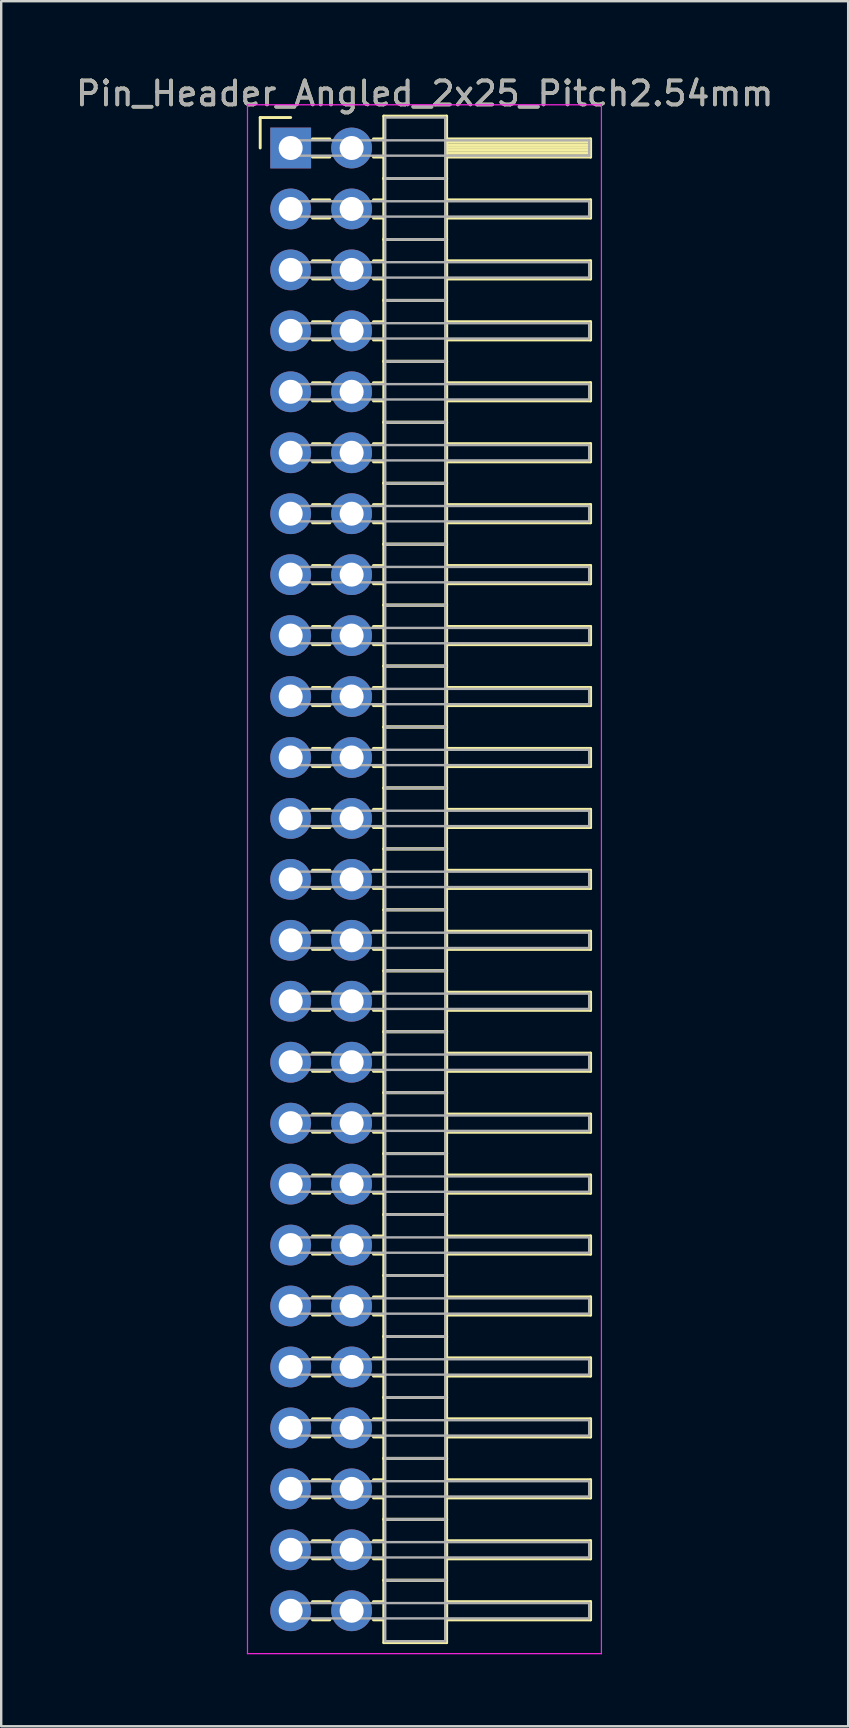
<source format=kicad_pcb>
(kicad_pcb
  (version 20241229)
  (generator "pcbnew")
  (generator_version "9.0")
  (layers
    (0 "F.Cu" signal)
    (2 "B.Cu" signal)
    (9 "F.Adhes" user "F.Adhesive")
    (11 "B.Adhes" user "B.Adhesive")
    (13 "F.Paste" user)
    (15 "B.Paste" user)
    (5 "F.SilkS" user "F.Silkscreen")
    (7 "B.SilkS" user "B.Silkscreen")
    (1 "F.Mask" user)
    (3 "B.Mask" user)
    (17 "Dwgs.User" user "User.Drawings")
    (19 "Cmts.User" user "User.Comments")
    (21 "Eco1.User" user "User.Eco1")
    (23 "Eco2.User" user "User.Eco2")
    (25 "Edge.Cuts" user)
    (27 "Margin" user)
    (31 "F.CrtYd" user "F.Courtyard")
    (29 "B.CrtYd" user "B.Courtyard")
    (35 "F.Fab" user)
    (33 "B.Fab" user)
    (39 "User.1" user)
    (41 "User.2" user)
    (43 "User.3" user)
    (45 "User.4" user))
  (footprint "Pin_Header_Angled_2x25_Pitch2.54mm"
    (layer "F.Cu")
    (at 9.064 3.118)
    (property "Reference" "Pin_Header_Angled_2x25_Pitch2.54mm" (at 5.585 -2.27 0) (layer "F.SilkS") (effects (font (size 1 1) (thickness 0.15))))
    (attr through_hole)
    (fp_line (start -1.27 -1.27) (end 0 -1.27) (stroke (width 0.12) (type solid)) (layer "F.SilkS"))
    (fp_line (start -1.27 0) (end -1.27 -1.27) (stroke (width 0.12) (type solid)) (layer "F.SilkS"))
    (fp_line (start 0.91 -0.38) (end 1.63 -0.38) (stroke (width 0.12) (type solid)) (layer "F.SilkS"))
    (fp_line (start 0.91 0.38) (end 1.63 0.38) (stroke (width 0.12) (type solid)) (layer "F.SilkS"))
    (fp_line (start 0.91 2.16) (end 1.63 2.16) (stroke (width 0.12) (type solid)) (layer "F.SilkS"))
    (fp_line (start 0.91 2.92) (end 1.63 2.92) (stroke (width 0.12) (type solid)) (layer "F.SilkS"))
    (fp_line (start 0.91 4.7) (end 1.63 4.7) (stroke (width 0.12) (type solid)) (layer "F.SilkS"))
    (fp_line (start 0.91 5.46) (end 1.63 5.46) (stroke (width 0.12) (type solid)) (layer "F.SilkS"))
    (fp_line (start 0.91 7.24) (end 1.63 7.24) (stroke (width 0.12) (type solid)) (layer "F.SilkS"))
    (fp_line (start 0.91 8) (end 1.63 8) (stroke (width 0.12) (type solid)) (layer "F.SilkS"))
    (fp_line (start 0.91 9.78) (end 1.63 9.78) (stroke (width 0.12) (type solid)) (layer "F.SilkS"))
    (fp_line (start 0.91 10.54) (end 1.63 10.54) (stroke (width 0.12) (type solid)) (layer "F.SilkS"))
    (fp_line (start 0.91 12.32) (end 1.63 12.32) (stroke (width 0.12) (type solid)) (layer "F.SilkS"))
    (fp_line (start 0.91 13.08) (end 1.63 13.08) (stroke (width 0.12) (type solid)) (layer "F.SilkS"))
    (fp_line (start 0.91 14.86) (end 1.63 14.86) (stroke (width 0.12) (type solid)) (layer "F.SilkS"))
    (fp_line (start 0.91 15.62) (end 1.63 15.62) (stroke (width 0.12) (type solid)) (layer "F.SilkS"))
    (fp_line (start 0.91 17.4) (end 1.63 17.4) (stroke (width 0.12) (type solid)) (layer "F.SilkS"))
    (fp_line (start 0.91 18.16) (end 1.63 18.16) (stroke (width 0.12) (type solid)) (layer "F.SilkS"))
    (fp_line (start 0.91 19.94) (end 1.63 19.94) (stroke (width 0.12) (type solid)) (layer "F.SilkS"))
    (fp_line (start 0.91 20.7) (end 1.63 20.7) (stroke (width 0.12) (type solid)) (layer "F.SilkS"))
    (fp_line (start 0.91 22.48) (end 1.63 22.48) (stroke (width 0.12) (type solid)) (layer "F.SilkS"))
    (fp_line (start 0.91 23.24) (end 1.63 23.24) (stroke (width 0.12) (type solid)) (layer "F.SilkS"))
    (fp_line (start 0.91 25.02) (end 1.63 25.02) (stroke (width 0.12) (type solid)) (layer "F.SilkS"))
    (fp_line (start 0.91 25.78) (end 1.63 25.78) (stroke (width 0.12) (type solid)) (layer "F.SilkS"))
    (fp_line (start 0.91 27.56) (end 1.63 27.56) (stroke (width 0.12) (type solid)) (layer "F.SilkS"))
    (fp_line (start 0.91 28.32) (end 1.63 28.32) (stroke (width 0.12) (type solid)) (layer "F.SilkS"))
    (fp_line (start 0.91 30.1) (end 1.63 30.1) (stroke (width 0.12) (type solid)) (layer "F.SilkS"))
    (fp_line (start 0.91 30.86) (end 1.63 30.86) (stroke (width 0.12) (type solid)) (layer "F.SilkS"))
    (fp_line (start 0.91 32.64) (end 1.63 32.64) (stroke (width 0.12) (type solid)) (layer "F.SilkS"))
    (fp_line (start 0.91 33.4) (end 1.63 33.4) (stroke (width 0.12) (type solid)) (layer "F.SilkS"))
    (fp_line (start 0.91 35.18) (end 1.63 35.18) (stroke (width 0.12) (type solid)) (layer "F.SilkS"))
    (fp_line (start 0.91 35.94) (end 1.63 35.94) (stroke (width 0.12) (type solid)) (layer "F.SilkS"))
    (fp_line (start 0.91 37.72) (end 1.63 37.72) (stroke (width 0.12) (type solid)) (layer "F.SilkS"))
    (fp_line (start 0.91 38.48) (end 1.63 38.48) (stroke (width 0.12) (type solid)) (layer "F.SilkS"))
    (fp_line (start 0.91 40.26) (end 1.63 40.26) (stroke (width 0.12) (type solid)) (layer "F.SilkS"))
    (fp_line (start 0.91 41.02) (end 1.63 41.02) (stroke (width 0.12) (type solid)) (layer "F.SilkS"))
    (fp_line (start 0.91 42.8) (end 1.63 42.8) (stroke (width 0.12) (type solid)) (layer "F.SilkS"))
    (fp_line (start 0.91 43.56) (end 1.63 43.56) (stroke (width 0.12) (type solid)) (layer "F.SilkS"))
    (fp_line (start 0.91 45.34) (end 1.63 45.34) (stroke (width 0.12) (type solid)) (layer "F.SilkS"))
    (fp_line (start 0.91 46.1) (end 1.63 46.1) (stroke (width 0.12) (type solid)) (layer "F.SilkS"))
    (fp_line (start 0.91 47.88) (end 1.63 47.88) (stroke (width 0.12) (type solid)) (layer "F.SilkS"))
    (fp_line (start 0.91 48.64) (end 1.63 48.64) (stroke (width 0.12) (type solid)) (layer "F.SilkS"))
    (fp_line (start 0.91 50.42) (end 1.63 50.42) (stroke (width 0.12) (type solid)) (layer "F.SilkS"))
    (fp_line (start 0.91 51.18) (end 1.63 51.18) (stroke (width 0.12) (type solid)) (layer "F.SilkS"))
    (fp_line (start 0.91 52.96) (end 1.63 52.96) (stroke (width 0.12) (type solid)) (layer "F.SilkS"))
    (fp_line (start 0.91 53.72) (end 1.63 53.72) (stroke (width 0.12) (type solid)) (layer "F.SilkS"))
    (fp_line (start 0.91 55.5) (end 1.63 55.5) (stroke (width 0.12) (type solid)) (layer "F.SilkS"))
    (fp_line (start 0.91 56.26) (end 1.63 56.26) (stroke (width 0.12) (type solid)) (layer "F.SilkS"))
    (fp_line (start 0.91 58.04) (end 1.63 58.04) (stroke (width 0.12) (type solid)) (layer "F.SilkS"))
    (fp_line (start 0.91 58.8) (end 1.63 58.8) (stroke (width 0.12) (type solid)) (layer "F.SilkS"))
    (fp_line (start 0.91 60.58) (end 1.63 60.58) (stroke (width 0.12) (type solid)) (layer "F.SilkS"))
    (fp_line (start 0.91 61.34) (end 1.63 61.34) (stroke (width 0.12) (type solid)) (layer "F.SilkS"))
    (fp_line (start 3.45 -0.38) (end 3.88 -0.38) (stroke (width 0.12) (type solid)) (layer "F.SilkS"))
    (fp_line (start 3.45 0.38) (end 3.88 0.38) (stroke (width 0.12) (type solid)) (layer "F.SilkS"))
    (fp_line (start 3.45 2.16) (end 3.88 2.16) (stroke (width 0.12) (type solid)) (layer "F.SilkS"))
    (fp_line (start 3.45 2.92) (end 3.88 2.92) (stroke (width 0.12) (type solid)) (layer "F.SilkS"))
    (fp_line (start 3.45 4.7) (end 3.88 4.7) (stroke (width 0.12) (type solid)) (layer "F.SilkS"))
    (fp_line (start 3.45 5.46) (end 3.88 5.46) (stroke (width 0.12) (type solid)) (layer "F.SilkS"))
    (fp_line (start 3.45 7.24) (end 3.88 7.24) (stroke (width 0.12) (type solid)) (layer "F.SilkS"))
    (fp_line (start 3.45 8) (end 3.88 8) (stroke (width 0.12) (type solid)) (layer "F.SilkS"))
    (fp_line (start 3.45 9.78) (end 3.88 9.78) (stroke (width 0.12) (type solid)) (layer "F.SilkS"))
    (fp_line (start 3.45 10.54) (end 3.88 10.54) (stroke (width 0.12) (type solid)) (layer "F.SilkS"))
    (fp_line (start 3.45 12.32) (end 3.88 12.32) (stroke (width 0.12) (type solid)) (layer "F.SilkS"))
    (fp_line (start 3.45 13.08) (end 3.88 13.08) (stroke (width 0.12) (type solid)) (layer "F.SilkS"))
    (fp_line (start 3.45 14.86) (end 3.88 14.86) (stroke (width 0.12) (type solid)) (layer "F.SilkS"))
    (fp_line (start 3.45 15.62) (end 3.88 15.62) (stroke (width 0.12) (type solid)) (layer "F.SilkS"))
    (fp_line (start 3.45 17.4) (end 3.88 17.4) (stroke (width 0.12) (type solid)) (layer "F.SilkS"))
    (fp_line (start 3.45 18.16) (end 3.88 18.16) (stroke (width 0.12) (type solid)) (layer "F.SilkS"))
    (fp_line (start 3.45 19.94) (end 3.88 19.94) (stroke (width 0.12) (type solid)) (layer "F.SilkS"))
    (fp_line (start 3.45 20.7) (end 3.88 20.7) (stroke (width 0.12) (type solid)) (layer "F.SilkS"))
    (fp_line (start 3.45 22.48) (end 3.88 22.48) (stroke (width 0.12) (type solid)) (layer "F.SilkS"))
    (fp_line (start 3.45 23.24) (end 3.88 23.24) (stroke (width 0.12) (type solid)) (layer "F.SilkS"))
    (fp_line (start 3.45 25.02) (end 3.88 25.02) (stroke (width 0.12) (type solid)) (layer "F.SilkS"))
    (fp_line (start 3.45 25.78) (end 3.88 25.78) (stroke (width 0.12) (type solid)) (layer "F.SilkS"))
    (fp_line (start 3.45 27.56) (end 3.88 27.56) (stroke (width 0.12) (type solid)) (layer "F.SilkS"))
    (fp_line (start 3.45 28.32) (end 3.88 28.32) (stroke (width 0.12) (type solid)) (layer "F.SilkS"))
    (fp_line (start 3.45 30.1) (end 3.88 30.1) (stroke (width 0.12) (type solid)) (layer "F.SilkS"))
    (fp_line (start 3.45 30.86) (end 3.88 30.86) (stroke (width 0.12) (type solid)) (layer "F.SilkS"))
    (fp_line (start 3.45 32.64) (end 3.88 32.64) (stroke (width 0.12) (type solid)) (layer "F.SilkS"))
    (fp_line (start 3.45 33.4) (end 3.88 33.4) (stroke (width 0.12) (type solid)) (layer "F.SilkS"))
    (fp_line (start 3.45 35.18) (end 3.88 35.18) (stroke (width 0.12) (type solid)) (layer "F.SilkS"))
    (fp_line (start 3.45 35.94) (end 3.88 35.94) (stroke (width 0.12) (type solid)) (layer "F.SilkS"))
    (fp_line (start 3.45 37.72) (end 3.88 37.72) (stroke (width 0.12) (type solid)) (layer "F.SilkS"))
    (fp_line (start 3.45 38.48) (end 3.88 38.48) (stroke (width 0.12) (type solid)) (layer "F.SilkS"))
    (fp_line (start 3.45 40.26) (end 3.88 40.26) (stroke (width 0.12) (type solid)) (layer "F.SilkS"))
    (fp_line (start 3.45 41.02) (end 3.88 41.02) (stroke (width 0.12) (type solid)) (layer "F.SilkS"))
    (fp_line (start 3.45 42.8) (end 3.88 42.8) (stroke (width 0.12) (type solid)) (layer "F.SilkS"))
    (fp_line (start 3.45 43.56) (end 3.88 43.56) (stroke (width 0.12) (type solid)) (layer "F.SilkS"))
    (fp_line (start 3.45 45.34) (end 3.88 45.34) (stroke (width 0.12) (type solid)) (layer "F.SilkS"))
    (fp_line (start 3.45 46.1) (end 3.88 46.1) (stroke (width 0.12) (type solid)) (layer "F.SilkS"))
    (fp_line (start 3.45 47.88) (end 3.88 47.88) (stroke (width 0.12) (type solid)) (layer "F.SilkS"))
    (fp_line (start 3.45 48.64) (end 3.88 48.64) (stroke (width 0.12) (type solid)) (layer "F.SilkS"))
    (fp_line (start 3.45 50.42) (end 3.88 50.42) (stroke (width 0.12) (type solid)) (layer "F.SilkS"))
    (fp_line (start 3.45 51.18) (end 3.88 51.18) (stroke (width 0.12) (type solid)) (layer "F.SilkS"))
    (fp_line (start 3.45 52.96) (end 3.88 52.96) (stroke (width 0.12) (type solid)) (layer "F.SilkS"))
    (fp_line (start 3.45 53.72) (end 3.88 53.72) (stroke (width 0.12) (type solid)) (layer "F.SilkS"))
    (fp_line (start 3.45 55.5) (end 3.88 55.5) (stroke (width 0.12) (type solid)) (layer "F.SilkS"))
    (fp_line (start 3.45 56.26) (end 3.88 56.26) (stroke (width 0.12) (type solid)) (layer "F.SilkS"))
    (fp_line (start 3.45 58.04) (end 3.88 58.04) (stroke (width 0.12) (type solid)) (layer "F.SilkS"))
    (fp_line (start 3.45 58.8) (end 3.88 58.8) (stroke (width 0.12) (type solid)) (layer "F.SilkS"))
    (fp_line (start 3.45 60.58) (end 3.88 60.58) (stroke (width 0.12) (type solid)) (layer "F.SilkS"))
    (fp_line (start 3.45 61.34) (end 3.88 61.34) (stroke (width 0.12) (type solid)) (layer "F.SilkS"))
    (fp_line (start 3.88 -1.33) (end 3.88 1.27) (stroke (width 0.12) (type solid)) (layer "F.SilkS"))
    (fp_line (start 3.88 1.27) (end 3.88 3.81) (stroke (width 0.12) (type solid)) (layer "F.SilkS"))
    (fp_line (start 3.88 1.27) (end 6.5 1.27) (stroke (width 0.12) (type solid)) (layer "F.SilkS"))
    (fp_line (start 3.88 3.81) (end 3.88 6.35) (stroke (width 0.12) (type solid)) (layer "F.SilkS"))
    (fp_line (start 3.88 3.81) (end 6.5 3.81) (stroke (width 0.12) (type solid)) (layer "F.SilkS"))
    (fp_line (start 3.88 6.35) (end 3.88 8.89) (stroke (width 0.12) (type solid)) (layer "F.SilkS"))
    (fp_line (start 3.88 6.35) (end 6.5 6.35) (stroke (width 0.12) (type solid)) (layer "F.SilkS"))
    (fp_line (start 3.88 8.89) (end 3.88 11.43) (stroke (width 0.12) (type solid)) (layer "F.SilkS"))
    (fp_line (start 3.88 8.89) (end 6.5 8.89) (stroke (width 0.12) (type solid)) (layer "F.SilkS"))
    (fp_line (start 3.88 11.43) (end 3.88 13.97) (stroke (width 0.12) (type solid)) (layer "F.SilkS"))
    (fp_line (start 3.88 11.43) (end 6.5 11.43) (stroke (width 0.12) (type solid)) (layer "F.SilkS"))
    (fp_line (start 3.88 13.97) (end 3.88 16.51) (stroke (width 0.12) (type solid)) (layer "F.SilkS"))
    (fp_line (start 3.88 13.97) (end 6.5 13.97) (stroke (width 0.12) (type solid)) (layer "F.SilkS"))
    (fp_line (start 3.88 16.51) (end 3.88 19.05) (stroke (width 0.12) (type solid)) (layer "F.SilkS"))
    (fp_line (start 3.88 16.51) (end 6.5 16.51) (stroke (width 0.12) (type solid)) (layer "F.SilkS"))
    (fp_line (start 3.88 19.05) (end 3.88 21.59) (stroke (width 0.12) (type solid)) (layer "F.SilkS"))
    (fp_line (start 3.88 19.05) (end 6.5 19.05) (stroke (width 0.12) (type solid)) (layer "F.SilkS"))
    (fp_line (start 3.88 21.59) (end 3.88 24.13) (stroke (width 0.12) (type solid)) (layer "F.SilkS"))
    (fp_line (start 3.88 21.59) (end 6.5 21.59) (stroke (width 0.12) (type solid)) (layer "F.SilkS"))
    (fp_line (start 3.88 24.13) (end 3.88 26.67) (stroke (width 0.12) (type solid)) (layer "F.SilkS"))
    (fp_line (start 3.88 24.13) (end 6.5 24.13) (stroke (width 0.12) (type solid)) (layer "F.SilkS"))
    (fp_line (start 3.88 26.67) (end 3.88 29.21) (stroke (width 0.12) (type solid)) (layer "F.SilkS"))
    (fp_line (start 3.88 26.67) (end 6.5 26.67) (stroke (width 0.12) (type solid)) (layer "F.SilkS"))
    (fp_line (start 3.88 29.21) (end 3.88 31.75) (stroke (width 0.12) (type solid)) (layer "F.SilkS"))
    (fp_line (start 3.88 29.21) (end 6.5 29.21) (stroke (width 0.12) (type solid)) (layer "F.SilkS"))
    (fp_line (start 3.88 31.75) (end 3.88 34.29) (stroke (width 0.12) (type solid)) (layer "F.SilkS"))
    (fp_line (start 3.88 31.75) (end 6.5 31.75) (stroke (width 0.12) (type solid)) (layer "F.SilkS"))
    (fp_line (start 3.88 34.29) (end 3.88 36.83) (stroke (width 0.12) (type solid)) (layer "F.SilkS"))
    (fp_line (start 3.88 34.29) (end 6.5 34.29) (stroke (width 0.12) (type solid)) (layer "F.SilkS"))
    (fp_line (start 3.88 36.83) (end 3.88 39.37) (stroke (width 0.12) (type solid)) (layer "F.SilkS"))
    (fp_line (start 3.88 36.83) (end 6.5 36.83) (stroke (width 0.12) (type solid)) (layer "F.SilkS"))
    (fp_line (start 3.88 39.37) (end 3.88 41.91) (stroke (width 0.12) (type solid)) (layer "F.SilkS"))
    (fp_line (start 3.88 39.37) (end 6.5 39.37) (stroke (width 0.12) (type solid)) (layer "F.SilkS"))
    (fp_line (start 3.88 41.91) (end 3.88 44.45) (stroke (width 0.12) (type solid)) (layer "F.SilkS"))
    (fp_line (start 3.88 41.91) (end 6.5 41.91) (stroke (width 0.12) (type solid)) (layer "F.SilkS"))
    (fp_line (start 3.88 44.45) (end 3.88 46.99) (stroke (width 0.12) (type solid)) (layer "F.SilkS"))
    (fp_line (start 3.88 44.45) (end 6.5 44.45) (stroke (width 0.12) (type solid)) (layer "F.SilkS"))
    (fp_line (start 3.88 46.99) (end 3.88 49.53) (stroke (width 0.12) (type solid)) (layer "F.SilkS"))
    (fp_line (start 3.88 46.99) (end 6.5 46.99) (stroke (width 0.12) (type solid)) (layer "F.SilkS"))
    (fp_line (start 3.88 49.53) (end 3.88 52.07) (stroke (width 0.12) (type solid)) (layer "F.SilkS"))
    (fp_line (start 3.88 49.53) (end 6.5 49.53) (stroke (width 0.12) (type solid)) (layer "F.SilkS"))
    (fp_line (start 3.88 52.07) (end 3.88 54.61) (stroke (width 0.12) (type solid)) (layer "F.SilkS"))
    (fp_line (start 3.88 52.07) (end 6.5 52.07) (stroke (width 0.12) (type solid)) (layer "F.SilkS"))
    (fp_line (start 3.88 54.61) (end 3.88 57.15) (stroke (width 0.12) (type solid)) (layer "F.SilkS"))
    (fp_line (start 3.88 54.61) (end 6.5 54.61) (stroke (width 0.12) (type solid)) (layer "F.SilkS"))
    (fp_line (start 3.88 57.15) (end 3.88 59.69) (stroke (width 0.12) (type solid)) (layer "F.SilkS"))
    (fp_line (start 3.88 57.15) (end 6.5 57.15) (stroke (width 0.12) (type solid)) (layer "F.SilkS"))
    (fp_line (start 3.88 59.69) (end 3.88 62.29) (stroke (width 0.12) (type solid)) (layer "F.SilkS"))
    (fp_line (start 3.88 59.69) (end 6.5 59.69) (stroke (width 0.12) (type solid)) (layer "F.SilkS"))
    (fp_line (start 3.88 62.29) (end 6.5 62.29) (stroke (width 0.12) (type solid)) (layer "F.SilkS"))
    (fp_line (start 6.5 -1.33) (end 3.88 -1.33) (stroke (width 0.12) (type solid)) (layer "F.SilkS"))
    (fp_line (start 6.5 -0.38) (end 6.5 0.38) (stroke (width 0.12) (type solid)) (layer "F.SilkS"))
    (fp_line (start 6.5 -0.26) (end 12.5 -0.26) (stroke (width 0.12) (type solid)) (layer "F.SilkS"))
    (fp_line (start 6.5 -0.14) (end 12.5 -0.14) (stroke (width 0.12) (type solid)) (layer "F.SilkS"))
    (fp_line (start 6.5 -0.02) (end 12.5 -0.02) (stroke (width 0.12) (type solid)) (layer "F.SilkS"))
    (fp_line (start 6.5 0.1) (end 12.5 0.1) (stroke (width 0.12) (type solid)) (layer "F.SilkS"))
    (fp_line (start 6.5 0.22) (end 12.5 0.22) (stroke (width 0.12) (type solid)) (layer "F.SilkS"))
    (fp_line (start 6.5 0.34) (end 12.5 0.34) (stroke (width 0.12) (type solid)) (layer "F.SilkS"))
    (fp_line (start 6.5 0.38) (end 12.5 0.38) (stroke (width 0.12) (type solid)) (layer "F.SilkS"))
    (fp_line (start 6.5 1.27) (end 3.88 1.27) (stroke (width 0.12) (type solid)) (layer "F.SilkS"))
    (fp_line (start 6.5 1.27) (end 6.5 -1.33) (stroke (width 0.12) (type solid)) (layer "F.SilkS"))
    (fp_line (start 6.5 2.16) (end 6.5 2.92) (stroke (width 0.12) (type solid)) (layer "F.SilkS"))
    (fp_line (start 6.5 2.92) (end 12.5 2.92) (stroke (width 0.12) (type solid)) (layer "F.SilkS"))
    (fp_line (start 6.5 3.81) (end 3.88 3.81) (stroke (width 0.12) (type solid)) (layer "F.SilkS"))
    (fp_line (start 6.5 3.81) (end 6.5 1.27) (stroke (width 0.12) (type solid)) (layer "F.SilkS"))
    (fp_line (start 6.5 4.7) (end 6.5 5.46) (stroke (width 0.12) (type solid)) (layer "F.SilkS"))
    (fp_line (start 6.5 5.46) (end 12.5 5.46) (stroke (width 0.12) (type solid)) (layer "F.SilkS"))
    (fp_line (start 6.5 6.35) (end 3.88 6.35) (stroke (width 0.12) (type solid)) (layer "F.SilkS"))
    (fp_line (start 6.5 6.35) (end 6.5 3.81) (stroke (width 0.12) (type solid)) (layer "F.SilkS"))
    (fp_line (start 6.5 7.24) (end 6.5 8) (stroke (width 0.12) (type solid)) (layer "F.SilkS"))
    (fp_line (start 6.5 8) (end 12.5 8) (stroke (width 0.12) (type solid)) (layer "F.SilkS"))
    (fp_line (start 6.5 8.89) (end 3.88 8.89) (stroke (width 0.12) (type solid)) (layer "F.SilkS"))
    (fp_line (start 6.5 8.89) (end 6.5 6.35) (stroke (width 0.12) (type solid)) (layer "F.SilkS"))
    (fp_line (start 6.5 9.78) (end 6.5 10.54) (stroke (width 0.12) (type solid)) (layer "F.SilkS"))
    (fp_line (start 6.5 10.54) (end 12.5 10.54) (stroke (width 0.12) (type solid)) (layer "F.SilkS"))
    (fp_line (start 6.5 11.43) (end 3.88 11.43) (stroke (width 0.12) (type solid)) (layer "F.SilkS"))
    (fp_line (start 6.5 11.43) (end 6.5 8.89) (stroke (width 0.12) (type solid)) (layer "F.SilkS"))
    (fp_line (start 6.5 12.32) (end 6.5 13.08) (stroke (width 0.12) (type solid)) (layer "F.SilkS"))
    (fp_line (start 6.5 13.08) (end 12.5 13.08) (stroke (width 0.12) (type solid)) (layer "F.SilkS"))
    (fp_line (start 6.5 13.97) (end 3.88 13.97) (stroke (width 0.12) (type solid)) (layer "F.SilkS"))
    (fp_line (start 6.5 13.97) (end 6.5 11.43) (stroke (width 0.12) (type solid)) (layer "F.SilkS"))
    (fp_line (start 6.5 14.86) (end 6.5 15.62) (stroke (width 0.12) (type solid)) (layer "F.SilkS"))
    (fp_line (start 6.5 15.62) (end 12.5 15.62) (stroke (width 0.12) (type solid)) (layer "F.SilkS"))
    (fp_line (start 6.5 16.51) (end 3.88 16.51) (stroke (width 0.12) (type solid)) (layer "F.SilkS"))
    (fp_line (start 6.5 16.51) (end 6.5 13.97) (stroke (width 0.12) (type solid)) (layer "F.SilkS"))
    (fp_line (start 6.5 17.4) (end 6.5 18.16) (stroke (width 0.12) (type solid)) (layer "F.SilkS"))
    (fp_line (start 6.5 18.16) (end 12.5 18.16) (stroke (width 0.12) (type solid)) (layer "F.SilkS"))
    (fp_line (start 6.5 19.05) (end 3.88 19.05) (stroke (width 0.12) (type solid)) (layer "F.SilkS"))
    (fp_line (start 6.5 19.05) (end 6.5 16.51) (stroke (width 0.12) (type solid)) (layer "F.SilkS"))
    (fp_line (start 6.5 19.94) (end 6.5 20.7) (stroke (width 0.12) (type solid)) (layer "F.SilkS"))
    (fp_line (start 6.5 20.7) (end 12.5 20.7) (stroke (width 0.12) (type solid)) (layer "F.SilkS"))
    (fp_line (start 6.5 21.59) (end 3.88 21.59) (stroke (width 0.12) (type solid)) (layer "F.SilkS"))
    (fp_line (start 6.5 21.59) (end 6.5 19.05) (stroke (width 0.12) (type solid)) (layer "F.SilkS"))
    (fp_line (start 6.5 22.48) (end 6.5 23.24) (stroke (width 0.12) (type solid)) (layer "F.SilkS"))
    (fp_line (start 6.5 23.24) (end 12.5 23.24) (stroke (width 0.12) (type solid)) (layer "F.SilkS"))
    (fp_line (start 6.5 24.13) (end 3.88 24.13) (stroke (width 0.12) (type solid)) (layer "F.SilkS"))
    (fp_line (start 6.5 24.13) (end 6.5 21.59) (stroke (width 0.12) (type solid)) (layer "F.SilkS"))
    (fp_line (start 6.5 25.02) (end 6.5 25.78) (stroke (width 0.12) (type solid)) (layer "F.SilkS"))
    (fp_line (start 6.5 25.78) (end 12.5 25.78) (stroke (width 0.12) (type solid)) (layer "F.SilkS"))
    (fp_line (start 6.5 26.67) (end 3.88 26.67) (stroke (width 0.12) (type solid)) (layer "F.SilkS"))
    (fp_line (start 6.5 26.67) (end 6.5 24.13) (stroke (width 0.12) (type solid)) (layer "F.SilkS"))
    (fp_line (start 6.5 27.56) (end 6.5 28.32) (stroke (width 0.12) (type solid)) (layer "F.SilkS"))
    (fp_line (start 6.5 28.32) (end 12.5 28.32) (stroke (width 0.12) (type solid)) (layer "F.SilkS"))
    (fp_line (start 6.5 29.21) (end 3.88 29.21) (stroke (width 0.12) (type solid)) (layer "F.SilkS"))
    (fp_line (start 6.5 29.21) (end 6.5 26.67) (stroke (width 0.12) (type solid)) (layer "F.SilkS"))
    (fp_line (start 6.5 30.1) (end 6.5 30.86) (stroke (width 0.12) (type solid)) (layer "F.SilkS"))
    (fp_line (start 6.5 30.86) (end 12.5 30.86) (stroke (width 0.12) (type solid)) (layer "F.SilkS"))
    (fp_line (start 6.5 31.75) (end 3.88 31.75) (stroke (width 0.12) (type solid)) (layer "F.SilkS"))
    (fp_line (start 6.5 31.75) (end 6.5 29.21) (stroke (width 0.12) (type solid)) (layer "F.SilkS"))
    (fp_line (start 6.5 32.64) (end 6.5 33.4) (stroke (width 0.12) (type solid)) (layer "F.SilkS"))
    (fp_line (start 6.5 33.4) (end 12.5 33.4) (stroke (width 0.12) (type solid)) (layer "F.SilkS"))
    (fp_line (start 6.5 34.29) (end 3.88 34.29) (stroke (width 0.12) (type solid)) (layer "F.SilkS"))
    (fp_line (start 6.5 34.29) (end 6.5 31.75) (stroke (width 0.12) (type solid)) (layer "F.SilkS"))
    (fp_line (start 6.5 35.18) (end 6.5 35.94) (stroke (width 0.12) (type solid)) (layer "F.SilkS"))
    (fp_line (start 6.5 35.94) (end 12.5 35.94) (stroke (width 0.12) (type solid)) (layer "F.SilkS"))
    (fp_line (start 6.5 36.83) (end 3.88 36.83) (stroke (width 0.12) (type solid)) (layer "F.SilkS"))
    (fp_line (start 6.5 36.83) (end 6.5 34.29) (stroke (width 0.12) (type solid)) (layer "F.SilkS"))
    (fp_line (start 6.5 37.72) (end 6.5 38.48) (stroke (width 0.12) (type solid)) (layer "F.SilkS"))
    (fp_line (start 6.5 38.48) (end 12.5 38.48) (stroke (width 0.12) (type solid)) (layer "F.SilkS"))
    (fp_line (start 6.5 39.37) (end 3.88 39.37) (stroke (width 0.12) (type solid)) (layer "F.SilkS"))
    (fp_line (start 6.5 39.37) (end 6.5 36.83) (stroke (width 0.12) (type solid)) (layer "F.SilkS"))
    (fp_line (start 6.5 40.26) (end 6.5 41.02) (stroke (width 0.12) (type solid)) (layer "F.SilkS"))
    (fp_line (start 6.5 41.02) (end 12.5 41.02) (stroke (width 0.12) (type solid)) (layer "F.SilkS"))
    (fp_line (start 6.5 41.91) (end 3.88 41.91) (stroke (width 0.12) (type solid)) (layer "F.SilkS"))
    (fp_line (start 6.5 41.91) (end 6.5 39.37) (stroke (width 0.12) (type solid)) (layer "F.SilkS"))
    (fp_line (start 6.5 42.8) (end 6.5 43.56) (stroke (width 0.12) (type solid)) (layer "F.SilkS"))
    (fp_line (start 6.5 43.56) (end 12.5 43.56) (stroke (width 0.12) (type solid)) (layer "F.SilkS"))
    (fp_line (start 6.5 44.45) (end 3.88 44.45) (stroke (width 0.12) (type solid)) (layer "F.SilkS"))
    (fp_line (start 6.5 44.45) (end 6.5 41.91) (stroke (width 0.12) (type solid)) (layer "F.SilkS"))
    (fp_line (start 6.5 45.34) (end 6.5 46.1) (stroke (width 0.12) (type solid)) (layer "F.SilkS"))
    (fp_line (start 6.5 46.1) (end 12.5 46.1) (stroke (width 0.12) (type solid)) (layer "F.SilkS"))
    (fp_line (start 6.5 46.99) (end 3.88 46.99) (stroke (width 0.12) (type solid)) (layer "F.SilkS"))
    (fp_line (start 6.5 46.99) (end 6.5 44.45) (stroke (width 0.12) (type solid)) (layer "F.SilkS"))
    (fp_line (start 6.5 47.88) (end 6.5 48.64) (stroke (width 0.12) (type solid)) (layer "F.SilkS"))
    (fp_line (start 6.5 48.64) (end 12.5 48.64) (stroke (width 0.12) (type solid)) (layer "F.SilkS"))
    (fp_line (start 6.5 49.53) (end 3.88 49.53) (stroke (width 0.12) (type solid)) (layer "F.SilkS"))
    (fp_line (start 6.5 49.53) (end 6.5 46.99) (stroke (width 0.12) (type solid)) (layer "F.SilkS"))
    (fp_line (start 6.5 50.42) (end 6.5 51.18) (stroke (width 0.12) (type solid)) (layer "F.SilkS"))
    (fp_line (start 6.5 51.18) (end 12.5 51.18) (stroke (width 0.12) (type solid)) (layer "F.SilkS"))
    (fp_line (start 6.5 52.07) (end 3.88 52.07) (stroke (width 0.12) (type solid)) (layer "F.SilkS"))
    (fp_line (start 6.5 52.07) (end 6.5 49.53) (stroke (width 0.12) (type solid)) (layer "F.SilkS"))
    (fp_line (start 6.5 52.96) (end 6.5 53.72) (stroke (width 0.12) (type solid)) (layer "F.SilkS"))
    (fp_line (start 6.5 53.72) (end 12.5 53.72) (stroke (width 0.12) (type solid)) (layer "F.SilkS"))
    (fp_line (start 6.5 54.61) (end 3.88 54.61) (stroke (width 0.12) (type solid)) (layer "F.SilkS"))
    (fp_line (start 6.5 54.61) (end 6.5 52.07) (stroke (width 0.12) (type solid)) (layer "F.SilkS"))
    (fp_line (start 6.5 55.5) (end 6.5 56.26) (stroke (width 0.12) (type solid)) (layer "F.SilkS"))
    (fp_line (start 6.5 56.26) (end 12.5 56.26) (stroke (width 0.12) (type solid)) (layer "F.SilkS"))
    (fp_line (start 6.5 57.15) (end 3.88 57.15) (stroke (width 0.12) (type solid)) (layer "F.SilkS"))
    (fp_line (start 6.5 57.15) (end 6.5 54.61) (stroke (width 0.12) (type solid)) (layer "F.SilkS"))
    (fp_line (start 6.5 58.04) (end 6.5 58.8) (stroke (width 0.12) (type solid)) (layer "F.SilkS"))
    (fp_line (start 6.5 58.8) (end 12.5 58.8) (stroke (width 0.12) (type solid)) (layer "F.SilkS"))
    (fp_line (start 6.5 59.69) (end 3.88 59.69) (stroke (width 0.12) (type solid)) (layer "F.SilkS"))
    (fp_line (start 6.5 59.69) (end 6.5 57.15) (stroke (width 0.12) (type solid)) (layer "F.SilkS"))
    (fp_line (start 6.5 60.58) (end 6.5 61.34) (stroke (width 0.12) (type solid)) (layer "F.SilkS"))
    (fp_line (start 6.5 61.34) (end 12.5 61.34) (stroke (width 0.12) (type solid)) (layer "F.SilkS"))
    (fp_line (start 6.5 62.29) (end 6.5 59.69) (stroke (width 0.12) (type solid)) (layer "F.SilkS"))
    (fp_line (start 12.5 -0.38) (end 6.5 -0.38) (stroke (width 0.12) (type solid)) (layer "F.SilkS"))
    (fp_line (start 12.5 0.38) (end 12.5 -0.38) (stroke (width 0.12) (type solid)) (layer "F.SilkS"))
    (fp_line (start 12.5 2.16) (end 6.5 2.16) (stroke (width 0.12) (type solid)) (layer "F.SilkS"))
    (fp_line (start 12.5 2.92) (end 12.5 2.16) (stroke (width 0.12) (type solid)) (layer "F.SilkS"))
    (fp_line (start 12.5 4.7) (end 6.5 4.7) (stroke (width 0.12) (type solid)) (layer "F.SilkS"))
    (fp_line (start 12.5 5.46) (end 12.5 4.7) (stroke (width 0.12) (type solid)) (layer "F.SilkS"))
    (fp_line (start 12.5 7.24) (end 6.5 7.24) (stroke (width 0.12) (type solid)) (layer "F.SilkS"))
    (fp_line (start 12.5 8) (end 12.5 7.24) (stroke (width 0.12) (type solid)) (layer "F.SilkS"))
    (fp_line (start 12.5 9.78) (end 6.5 9.78) (stroke (width 0.12) (type solid)) (layer "F.SilkS"))
    (fp_line (start 12.5 10.54) (end 12.5 9.78) (stroke (width 0.12) (type solid)) (layer "F.SilkS"))
    (fp_line (start 12.5 12.32) (end 6.5 12.32) (stroke (width 0.12) (type solid)) (layer "F.SilkS"))
    (fp_line (start 12.5 13.08) (end 12.5 12.32) (stroke (width 0.12) (type solid)) (layer "F.SilkS"))
    (fp_line (start 12.5 14.86) (end 6.5 14.86) (stroke (width 0.12) (type solid)) (layer "F.SilkS"))
    (fp_line (start 12.5 15.62) (end 12.5 14.86) (stroke (width 0.12) (type solid)) (layer "F.SilkS"))
    (fp_line (start 12.5 17.4) (end 6.5 17.4) (stroke (width 0.12) (type solid)) (layer "F.SilkS"))
    (fp_line (start 12.5 18.16) (end 12.5 17.4) (stroke (width 0.12) (type solid)) (layer "F.SilkS"))
    (fp_line (start 12.5 19.94) (end 6.5 19.94) (stroke (width 0.12) (type solid)) (layer "F.SilkS"))
    (fp_line (start 12.5 20.7) (end 12.5 19.94) (stroke (width 0.12) (type solid)) (layer "F.SilkS"))
    (fp_line (start 12.5 22.48) (end 6.5 22.48) (stroke (width 0.12) (type solid)) (layer "F.SilkS"))
    (fp_line (start 12.5 23.24) (end 12.5 22.48) (stroke (width 0.12) (type solid)) (layer "F.SilkS"))
    (fp_line (start 12.5 25.02) (end 6.5 25.02) (stroke (width 0.12) (type solid)) (layer "F.SilkS"))
    (fp_line (start 12.5 25.78) (end 12.5 25.02) (stroke (width 0.12) (type solid)) (layer "F.SilkS"))
    (fp_line (start 12.5 27.56) (end 6.5 27.56) (stroke (width 0.12) (type solid)) (layer "F.SilkS"))
    (fp_line (start 12.5 28.32) (end 12.5 27.56) (stroke (width 0.12) (type solid)) (layer "F.SilkS"))
    (fp_line (start 12.5 30.1) (end 6.5 30.1) (stroke (width 0.12) (type solid)) (layer "F.SilkS"))
    (fp_line (start 12.5 30.86) (end 12.5 30.1) (stroke (width 0.12) (type solid)) (layer "F.SilkS"))
    (fp_line (start 12.5 32.64) (end 6.5 32.64) (stroke (width 0.12) (type solid)) (layer "F.SilkS"))
    (fp_line (start 12.5 33.4) (end 12.5 32.64) (stroke (width 0.12) (type solid)) (layer "F.SilkS"))
    (fp_line (start 12.5 35.18) (end 6.5 35.18) (stroke (width 0.12) (type solid)) (layer "F.SilkS"))
    (fp_line (start 12.5 35.94) (end 12.5 35.18) (stroke (width 0.12) (type solid)) (layer "F.SilkS"))
    (fp_line (start 12.5 37.72) (end 6.5 37.72) (stroke (width 0.12) (type solid)) (layer "F.SilkS"))
    (fp_line (start 12.5 38.48) (end 12.5 37.72) (stroke (width 0.12) (type solid)) (layer "F.SilkS"))
    (fp_line (start 12.5 40.26) (end 6.5 40.26) (stroke (width 0.12) (type solid)) (layer "F.SilkS"))
    (fp_line (start 12.5 41.02) (end 12.5 40.26) (stroke (width 0.12) (type solid)) (layer "F.SilkS"))
    (fp_line (start 12.5 42.8) (end 6.5 42.8) (stroke (width 0.12) (type solid)) (layer "F.SilkS"))
    (fp_line (start 12.5 43.56) (end 12.5 42.8) (stroke (width 0.12) (type solid)) (layer "F.SilkS"))
    (fp_line (start 12.5 45.34) (end 6.5 45.34) (stroke (width 0.12) (type solid)) (layer "F.SilkS"))
    (fp_line (start 12.5 46.1) (end 12.5 45.34) (stroke (width 0.12) (type solid)) (layer "F.SilkS"))
    (fp_line (start 12.5 47.88) (end 6.5 47.88) (stroke (width 0.12) (type solid)) (layer "F.SilkS"))
    (fp_line (start 12.5 48.64) (end 12.5 47.88) (stroke (width 0.12) (type solid)) (layer "F.SilkS"))
    (fp_line (start 12.5 50.42) (end 6.5 50.42) (stroke (width 0.12) (type solid)) (layer "F.SilkS"))
    (fp_line (start 12.5 51.18) (end 12.5 50.42) (stroke (width 0.12) (type solid)) (layer "F.SilkS"))
    (fp_line (start 12.5 52.96) (end 6.5 52.96) (stroke (width 0.12) (type solid)) (layer "F.SilkS"))
    (fp_line (start 12.5 53.72) (end 12.5 52.96) (stroke (width 0.12) (type solid)) (layer "F.SilkS"))
    (fp_line (start 12.5 55.5) (end 6.5 55.5) (stroke (width 0.12) (type solid)) (layer "F.SilkS"))
    (fp_line (start 12.5 56.26) (end 12.5 55.5) (stroke (width 0.12) (type solid)) (layer "F.SilkS"))
    (fp_line (start 12.5 58.04) (end 6.5 58.04) (stroke (width 0.12) (type solid)) (layer "F.SilkS"))
    (fp_line (start 12.5 58.8) (end 12.5 58.04) (stroke (width 0.12) (type solid)) (layer "F.SilkS"))
    (fp_line (start 12.5 60.58) (end 6.5 60.58) (stroke (width 0.12) (type solid)) (layer "F.SilkS"))
    (fp_line (start 12.5 61.34) (end 12.5 60.58) (stroke (width 0.12) (type solid)) (layer "F.SilkS"))
    (fp_line (start -1.8 -1.8) (end -1.8 62.75) (stroke (width 0.05) (type solid)) (layer "F.CrtYd"))
    (fp_line (start -1.8 62.75) (end 12.95 62.75) (stroke (width 0.05) (type solid)) (layer "F.CrtYd"))
    (fp_line (start 12.95 -1.8) (end -1.8 -1.8) (stroke (width 0.05) (type solid)) (layer "F.CrtYd"))
    (fp_line (start 12.95 62.75) (end 12.95 -1.8) (stroke (width 0.05) (type solid)) (layer "F.CrtYd"))
    (fp_line (start 0 -0.32) (end 0 0.32) (stroke (width 0.1) (type solid)) (layer "F.Fab"))
    (fp_line (start 0 0.32) (end 12.44 0.32) (stroke (width 0.1) (type solid)) (layer "F.Fab"))
    (fp_line (start 0 2.22) (end 0 2.86) (stroke (width 0.1) (type solid)) (layer "F.Fab"))
    (fp_line (start 0 2.86) (end 12.44 2.86) (stroke (width 0.1) (type solid)) (layer "F.Fab"))
    (fp_line (start 0 4.76) (end 0 5.4) (stroke (width 0.1) (type solid)) (layer "F.Fab"))
    (fp_line (start 0 5.4) (end 12.44 5.4) (stroke (width 0.1) (type solid)) (layer "F.Fab"))
    (fp_line (start 0 7.3) (end 0 7.94) (stroke (width 0.1) (type solid)) (layer "F.Fab"))
    (fp_line (start 0 7.94) (end 12.44 7.94) (stroke (width 0.1) (type solid)) (layer "F.Fab"))
    (fp_line (start 0 9.84) (end 0 10.48) (stroke (width 0.1) (type solid)) (layer "F.Fab"))
    (fp_line (start 0 10.48) (end 12.44 10.48) (stroke (width 0.1) (type solid)) (layer "F.Fab"))
    (fp_line (start 0 12.38) (end 0 13.02) (stroke (width 0.1) (type solid)) (layer "F.Fab"))
    (fp_line (start 0 13.02) (end 12.44 13.02) (stroke (width 0.1) (type solid)) (layer "F.Fab"))
    (fp_line (start 0 14.92) (end 0 15.56) (stroke (width 0.1) (type solid)) (layer "F.Fab"))
    (fp_line (start 0 15.56) (end 12.44 15.56) (stroke (width 0.1) (type solid)) (layer "F.Fab"))
    (fp_line (start 0 17.46) (end 0 18.1) (stroke (width 0.1) (type solid)) (layer "F.Fab"))
    (fp_line (start 0 18.1) (end 12.44 18.1) (stroke (width 0.1) (type solid)) (layer "F.Fab"))
    (fp_line (start 0 20) (end 0 20.64) (stroke (width 0.1) (type solid)) (layer "F.Fab"))
    (fp_line (start 0 20.64) (end 12.44 20.64) (stroke (width 0.1) (type solid)) (layer "F.Fab"))
    (fp_line (start 0 22.54) (end 0 23.18) (stroke (width 0.1) (type solid)) (layer "F.Fab"))
    (fp_line (start 0 23.18) (end 12.44 23.18) (stroke (width 0.1) (type solid)) (layer "F.Fab"))
    (fp_line (start 0 25.08) (end 0 25.72) (stroke (width 0.1) (type solid)) (layer "F.Fab"))
    (fp_line (start 0 25.72) (end 12.44 25.72) (stroke (width 0.1) (type solid)) (layer "F.Fab"))
    (fp_line (start 0 27.62) (end 0 28.26) (stroke (width 0.1) (type solid)) (layer "F.Fab"))
    (fp_line (start 0 28.26) (end 12.44 28.26) (stroke (width 0.1) (type solid)) (layer "F.Fab"))
    (fp_line (start 0 30.16) (end 0 30.8) (stroke (width 0.1) (type solid)) (layer "F.Fab"))
    (fp_line (start 0 30.8) (end 12.44 30.8) (stroke (width 0.1) (type solid)) (layer "F.Fab"))
    (fp_line (start 0 32.7) (end 0 33.34) (stroke (width 0.1) (type solid)) (layer "F.Fab"))
    (fp_line (start 0 33.34) (end 12.44 33.34) (stroke (width 0.1) (type solid)) (layer "F.Fab"))
    (fp_line (start 0 35.24) (end 0 35.88) (stroke (width 0.1) (type solid)) (layer "F.Fab"))
    (fp_line (start 0 35.88) (end 12.44 35.88) (stroke (width 0.1) (type solid)) (layer "F.Fab"))
    (fp_line (start 0 37.78) (end 0 38.42) (stroke (width 0.1) (type solid)) (layer "F.Fab"))
    (fp_line (start 0 38.42) (end 12.44 38.42) (stroke (width 0.1) (type solid)) (layer "F.Fab"))
    (fp_line (start 0 40.32) (end 0 40.96) (stroke (width 0.1) (type solid)) (layer "F.Fab"))
    (fp_line (start 0 40.96) (end 12.44 40.96) (stroke (width 0.1) (type solid)) (layer "F.Fab"))
    (fp_line (start 0 42.86) (end 0 43.5) (stroke (width 0.1) (type solid)) (layer "F.Fab"))
    (fp_line (start 0 43.5) (end 12.44 43.5) (stroke (width 0.1) (type solid)) (layer "F.Fab"))
    (fp_line (start 0 45.4) (end 0 46.04) (stroke (width 0.1) (type solid)) (layer "F.Fab"))
    (fp_line (start 0 46.04) (end 12.44 46.04) (stroke (width 0.1) (type solid)) (layer "F.Fab"))
    (fp_line (start 0 47.94) (end 0 48.58) (stroke (width 0.1) (type solid)) (layer "F.Fab"))
    (fp_line (start 0 48.58) (end 12.44 48.58) (stroke (width 0.1) (type solid)) (layer "F.Fab"))
    (fp_line (start 0 50.48) (end 0 51.12) (stroke (width 0.1) (type solid)) (layer "F.Fab"))
    (fp_line (start 0 51.12) (end 12.44 51.12) (stroke (width 0.1) (type solid)) (layer "F.Fab"))
    (fp_line (start 0 53.02) (end 0 53.66) (stroke (width 0.1) (type solid)) (layer "F.Fab"))
    (fp_line (start 0 53.66) (end 12.44 53.66) (stroke (width 0.1) (type solid)) (layer "F.Fab"))
    (fp_line (start 0 55.56) (end 0 56.2) (stroke (width 0.1) (type solid)) (layer "F.Fab"))
    (fp_line (start 0 56.2) (end 12.44 56.2) (stroke (width 0.1) (type solid)) (layer "F.Fab"))
    (fp_line (start 0 58.1) (end 0 58.74) (stroke (width 0.1) (type solid)) (layer "F.Fab"))
    (fp_line (start 0 58.74) (end 12.44 58.74) (stroke (width 0.1) (type solid)) (layer "F.Fab"))
    (fp_line (start 0 60.64) (end 0 61.28) (stroke (width 0.1) (type solid)) (layer "F.Fab"))
    (fp_line (start 0 61.28) (end 12.44 61.28) (stroke (width 0.1) (type solid)) (layer "F.Fab"))
    (fp_line (start 3.94 -1.27) (end 3.94 1.27) (stroke (width 0.1) (type solid)) (layer "F.Fab"))
    (fp_line (start 3.94 1.27) (end 3.94 3.81) (stroke (width 0.1) (type solid)) (layer "F.Fab"))
    (fp_line (start 3.94 1.27) (end 6.44 1.27) (stroke (width 0.1) (type solid)) (layer "F.Fab"))
    (fp_line (start 3.94 3.81) (end 3.94 6.35) (stroke (width 0.1) (type solid)) (layer "F.Fab"))
    (fp_line (start 3.94 3.81) (end 6.44 3.81) (stroke (width 0.1) (type solid)) (layer "F.Fab"))
    (fp_line (start 3.94 6.35) (end 3.94 8.89) (stroke (width 0.1) (type solid)) (layer "F.Fab"))
    (fp_line (start 3.94 6.35) (end 6.44 6.35) (stroke (width 0.1) (type solid)) (layer "F.Fab"))
    (fp_line (start 3.94 8.89) (end 3.94 11.43) (stroke (width 0.1) (type solid)) (layer "F.Fab"))
    (fp_line (start 3.94 8.89) (end 6.44 8.89) (stroke (width 0.1) (type solid)) (layer "F.Fab"))
    (fp_line (start 3.94 11.43) (end 3.94 13.97) (stroke (width 0.1) (type solid)) (layer "F.Fab"))
    (fp_line (start 3.94 11.43) (end 6.44 11.43) (stroke (width 0.1) (type solid)) (layer "F.Fab"))
    (fp_line (start 3.94 13.97) (end 3.94 16.51) (stroke (width 0.1) (type solid)) (layer "F.Fab"))
    (fp_line (start 3.94 13.97) (end 6.44 13.97) (stroke (width 0.1) (type solid)) (layer "F.Fab"))
    (fp_line (start 3.94 16.51) (end 3.94 19.05) (stroke (width 0.1) (type solid)) (layer "F.Fab"))
    (fp_line (start 3.94 16.51) (end 6.44 16.51) (stroke (width 0.1) (type solid)) (layer "F.Fab"))
    (fp_line (start 3.94 19.05) (end 3.94 21.59) (stroke (width 0.1) (type solid)) (layer "F.Fab"))
    (fp_line (start 3.94 19.05) (end 6.44 19.05) (stroke (width 0.1) (type solid)) (layer "F.Fab"))
    (fp_line (start 3.94 21.59) (end 3.94 24.13) (stroke (width 0.1) (type solid)) (layer "F.Fab"))
    (fp_line (start 3.94 21.59) (end 6.44 21.59) (stroke (width 0.1) (type solid)) (layer "F.Fab"))
    (fp_line (start 3.94 24.13) (end 3.94 26.67) (stroke (width 0.1) (type solid)) (layer "F.Fab"))
    (fp_line (start 3.94 24.13) (end 6.44 24.13) (stroke (width 0.1) (type solid)) (layer "F.Fab"))
    (fp_line (start 3.94 26.67) (end 3.94 29.21) (stroke (width 0.1) (type solid)) (layer "F.Fab"))
    (fp_line (start 3.94 26.67) (end 6.44 26.67) (stroke (width 0.1) (type solid)) (layer "F.Fab"))
    (fp_line (start 3.94 29.21) (end 3.94 31.75) (stroke (width 0.1) (type solid)) (layer "F.Fab"))
    (fp_line (start 3.94 29.21) (end 6.44 29.21) (stroke (width 0.1) (type solid)) (layer "F.Fab"))
    (fp_line (start 3.94 31.75) (end 3.94 34.29) (stroke (width 0.1) (type solid)) (layer "F.Fab"))
    (fp_line (start 3.94 31.75) (end 6.44 31.75) (stroke (width 0.1) (type solid)) (layer "F.Fab"))
    (fp_line (start 3.94 34.29) (end 3.94 36.83) (stroke (width 0.1) (type solid)) (layer "F.Fab"))
    (fp_line (start 3.94 34.29) (end 6.44 34.29) (stroke (width 0.1) (type solid)) (layer "F.Fab"))
    (fp_line (start 3.94 36.83) (end 3.94 39.37) (stroke (width 0.1) (type solid)) (layer "F.Fab"))
    (fp_line (start 3.94 36.83) (end 6.44 36.83) (stroke (width 0.1) (type solid)) (layer "F.Fab"))
    (fp_line (start 3.94 39.37) (end 3.94 41.91) (stroke (width 0.1) (type solid)) (layer "F.Fab"))
    (fp_line (start 3.94 39.37) (end 6.44 39.37) (stroke (width 0.1) (type solid)) (layer "F.Fab"))
    (fp_line (start 3.94 41.91) (end 3.94 44.45) (stroke (width 0.1) (type solid)) (layer "F.Fab"))
    (fp_line (start 3.94 41.91) (end 6.44 41.91) (stroke (width 0.1) (type solid)) (layer "F.Fab"))
    (fp_line (start 3.94 44.45) (end 3.94 46.99) (stroke (width 0.1) (type solid)) (layer "F.Fab"))
    (fp_line (start 3.94 44.45) (end 6.44 44.45) (stroke (width 0.1) (type solid)) (layer "F.Fab"))
    (fp_line (start 3.94 46.99) (end 3.94 49.53) (stroke (width 0.1) (type solid)) (layer "F.Fab"))
    (fp_line (start 3.94 46.99) (end 6.44 46.99) (stroke (width 0.1) (type solid)) (layer "F.Fab"))
    (fp_line (start 3.94 49.53) (end 3.94 52.07) (stroke (width 0.1) (type solid)) (layer "F.Fab"))
    (fp_line (start 3.94 49.53) (end 6.44 49.53) (stroke (width 0.1) (type solid)) (layer "F.Fab"))
    (fp_line (start 3.94 52.07) (end 3.94 54.61) (stroke (width 0.1) (type solid)) (layer "F.Fab"))
    (fp_line (start 3.94 52.07) (end 6.44 52.07) (stroke (width 0.1) (type solid)) (layer "F.Fab"))
    (fp_line (start 3.94 54.61) (end 3.94 57.15) (stroke (width 0.1) (type solid)) (layer "F.Fab"))
    (fp_line (start 3.94 54.61) (end 6.44 54.61) (stroke (width 0.1) (type solid)) (layer "F.Fab"))
    (fp_line (start 3.94 57.15) (end 3.94 59.69) (stroke (width 0.1) (type solid)) (layer "F.Fab"))
    (fp_line (start 3.94 57.15) (end 6.44 57.15) (stroke (width 0.1) (type solid)) (layer "F.Fab"))
    (fp_line (start 3.94 59.69) (end 3.94 62.23) (stroke (width 0.1) (type solid)) (layer "F.Fab"))
    (fp_line (start 3.94 59.69) (end 6.44 59.69) (stroke (width 0.1) (type solid)) (layer "F.Fab"))
    (fp_line (start 3.94 62.23) (end 6.44 62.23) (stroke (width 0.1) (type solid)) (layer "F.Fab"))
    (fp_line (start 6.44 -1.27) (end 3.94 -1.27) (stroke (width 0.1) (type solid)) (layer "F.Fab"))
    (fp_line (start 6.44 1.27) (end 3.94 1.27) (stroke (width 0.1) (type solid)) (layer "F.Fab"))
    (fp_line (start 6.44 1.27) (end 6.44 -1.27) (stroke (width 0.1) (type solid)) (layer "F.Fab"))
    (fp_line (start 6.44 3.81) (end 3.94 3.81) (stroke (width 0.1) (type solid)) (layer "F.Fab"))
    (fp_line (start 6.44 3.81) (end 6.44 1.27) (stroke (width 0.1) (type solid)) (layer "F.Fab"))
    (fp_line (start 6.44 6.35) (end 3.94 6.35) (stroke (width 0.1) (type solid)) (layer "F.Fab"))
    (fp_line (start 6.44 6.35) (end 6.44 3.81) (stroke (width 0.1) (type solid)) (layer "F.Fab"))
    (fp_line (start 6.44 8.89) (end 3.94 8.89) (stroke (width 0.1) (type solid)) (layer "F.Fab"))
    (fp_line (start 6.44 8.89) (end 6.44 6.35) (stroke (width 0.1) (type solid)) (layer "F.Fab"))
    (fp_line (start 6.44 11.43) (end 3.94 11.43) (stroke (width 0.1) (type solid)) (layer "F.Fab"))
    (fp_line (start 6.44 11.43) (end 6.44 8.89) (stroke (width 0.1) (type solid)) (layer "F.Fab"))
    (fp_line (start 6.44 13.97) (end 3.94 13.97) (stroke (width 0.1) (type solid)) (layer "F.Fab"))
    (fp_line (start 6.44 13.97) (end 6.44 11.43) (stroke (width 0.1) (type solid)) (layer "F.Fab"))
    (fp_line (start 6.44 16.51) (end 3.94 16.51) (stroke (width 0.1) (type solid)) (layer "F.Fab"))
    (fp_line (start 6.44 16.51) (end 6.44 13.97) (stroke (width 0.1) (type solid)) (layer "F.Fab"))
    (fp_line (start 6.44 19.05) (end 3.94 19.05) (stroke (width 0.1) (type solid)) (layer "F.Fab"))
    (fp_line (start 6.44 19.05) (end 6.44 16.51) (stroke (width 0.1) (type solid)) (layer "F.Fab"))
    (fp_line (start 6.44 21.59) (end 3.94 21.59) (stroke (width 0.1) (type solid)) (layer "F.Fab"))
    (fp_line (start 6.44 21.59) (end 6.44 19.05) (stroke (width 0.1) (type solid)) (layer "F.Fab"))
    (fp_line (start 6.44 24.13) (end 3.94 24.13) (stroke (width 0.1) (type solid)) (layer "F.Fab"))
    (fp_line (start 6.44 24.13) (end 6.44 21.59) (stroke (width 0.1) (type solid)) (layer "F.Fab"))
    (fp_line (start 6.44 26.67) (end 3.94 26.67) (stroke (width 0.1) (type solid)) (layer "F.Fab"))
    (fp_line (start 6.44 26.67) (end 6.44 24.13) (stroke (width 0.1) (type solid)) (layer "F.Fab"))
    (fp_line (start 6.44 29.21) (end 3.94 29.21) (stroke (width 0.1) (type solid)) (layer "F.Fab"))
    (fp_line (start 6.44 29.21) (end 6.44 26.67) (stroke (width 0.1) (type solid)) (layer "F.Fab"))
    (fp_line (start 6.44 31.75) (end 3.94 31.75) (stroke (width 0.1) (type solid)) (layer "F.Fab"))
    (fp_line (start 6.44 31.75) (end 6.44 29.21) (stroke (width 0.1) (type solid)) (layer "F.Fab"))
    (fp_line (start 6.44 34.29) (end 3.94 34.29) (stroke (width 0.1) (type solid)) (layer "F.Fab"))
    (fp_line (start 6.44 34.29) (end 6.44 31.75) (stroke (width 0.1) (type solid)) (layer "F.Fab"))
    (fp_line (start 6.44 36.83) (end 3.94 36.83) (stroke (width 0.1) (type solid)) (layer "F.Fab"))
    (fp_line (start 6.44 36.83) (end 6.44 34.29) (stroke (width 0.1) (type solid)) (layer "F.Fab"))
    (fp_line (start 6.44 39.37) (end 3.94 39.37) (stroke (width 0.1) (type solid)) (layer "F.Fab"))
    (fp_line (start 6.44 39.37) (end 6.44 36.83) (stroke (width 0.1) (type solid)) (layer "F.Fab"))
    (fp_line (start 6.44 41.91) (end 3.94 41.91) (stroke (width 0.1) (type solid)) (layer "F.Fab"))
    (fp_line (start 6.44 41.91) (end 6.44 39.37) (stroke (width 0.1) (type solid)) (layer "F.Fab"))
    (fp_line (start 6.44 44.45) (end 3.94 44.45) (stroke (width 0.1) (type solid)) (layer "F.Fab"))
    (fp_line (start 6.44 44.45) (end 6.44 41.91) (stroke (width 0.1) (type solid)) (layer "F.Fab"))
    (fp_line (start 6.44 46.99) (end 3.94 46.99) (stroke (width 0.1) (type solid)) (layer "F.Fab"))
    (fp_line (start 6.44 46.99) (end 6.44 44.45) (stroke (width 0.1) (type solid)) (layer "F.Fab"))
    (fp_line (start 6.44 49.53) (end 3.94 49.53) (stroke (width 0.1) (type solid)) (layer "F.Fab"))
    (fp_line (start 6.44 49.53) (end 6.44 46.99) (stroke (width 0.1) (type solid)) (layer "F.Fab"))
    (fp_line (start 6.44 52.07) (end 3.94 52.07) (stroke (width 0.1) (type solid)) (layer "F.Fab"))
    (fp_line (start 6.44 52.07) (end 6.44 49.53) (stroke (width 0.1) (type solid)) (layer "F.Fab"))
    (fp_line (start 6.44 54.61) (end 3.94 54.61) (stroke (width 0.1) (type solid)) (layer "F.Fab"))
    (fp_line (start 6.44 54.61) (end 6.44 52.07) (stroke (width 0.1) (type solid)) (layer "F.Fab"))
    (fp_line (start 6.44 57.15) (end 3.94 57.15) (stroke (width 0.1) (type solid)) (layer "F.Fab"))
    (fp_line (start 6.44 57.15) (end 6.44 54.61) (stroke (width 0.1) (type solid)) (layer "F.Fab"))
    (fp_line (start 6.44 59.69) (end 3.94 59.69) (stroke (width 0.1) (type solid)) (layer "F.Fab"))
    (fp_line (start 6.44 59.69) (end 6.44 57.15) (stroke (width 0.1) (type solid)) (layer "F.Fab"))
    (fp_line (start 6.44 62.23) (end 6.44 59.69) (stroke (width 0.1) (type solid)) (layer "F.Fab"))
    (fp_line (start 12.44 -0.32) (end 0 -0.32) (stroke (width 0.1) (type solid)) (layer "F.Fab"))
    (fp_line (start 12.44 0.32) (end 12.44 -0.32) (stroke (width 0.1) (type solid)) (layer "F.Fab"))
    (fp_line (start 12.44 2.22) (end 0 2.22) (stroke (width 0.1) (type solid)) (layer "F.Fab"))
    (fp_line (start 12.44 2.86) (end 12.44 2.22) (stroke (width 0.1) (type solid)) (layer "F.Fab"))
    (fp_line (start 12.44 4.76) (end 0 4.76) (stroke (width 0.1) (type solid)) (layer "F.Fab"))
    (fp_line (start 12.44 5.4) (end 12.44 4.76) (stroke (width 0.1) (type solid)) (layer "F.Fab"))
    (fp_line (start 12.44 7.3) (end 0 7.3) (stroke (width 0.1) (type solid)) (layer "F.Fab"))
    (fp_line (start 12.44 7.94) (end 12.44 7.3) (stroke (width 0.1) (type solid)) (layer "F.Fab"))
    (fp_line (start 12.44 9.84) (end 0 9.84) (stroke (width 0.1) (type solid)) (layer "F.Fab"))
    (fp_line (start 12.44 10.48) (end 12.44 9.84) (stroke (width 0.1) (type solid)) (layer "F.Fab"))
    (fp_line (start 12.44 12.38) (end 0 12.38) (stroke (width 0.1) (type solid)) (layer "F.Fab"))
    (fp_line (start 12.44 13.02) (end 12.44 12.38) (stroke (width 0.1) (type solid)) (layer "F.Fab"))
    (fp_line (start 12.44 14.92) (end 0 14.92) (stroke (width 0.1) (type solid)) (layer "F.Fab"))
    (fp_line (start 12.44 15.56) (end 12.44 14.92) (stroke (width 0.1) (type solid)) (layer "F.Fab"))
    (fp_line (start 12.44 17.46) (end 0 17.46) (stroke (width 0.1) (type solid)) (layer "F.Fab"))
    (fp_line (start 12.44 18.1) (end 12.44 17.46) (stroke (width 0.1) (type solid)) (layer "F.Fab"))
    (fp_line (start 12.44 20) (end 0 20) (stroke (width 0.1) (type solid)) (layer "F.Fab"))
    (fp_line (start 12.44 20.64) (end 12.44 20) (stroke (width 0.1) (type solid)) (layer "F.Fab"))
    (fp_line (start 12.44 22.54) (end 0 22.54) (stroke (width 0.1) (type solid)) (layer "F.Fab"))
    (fp_line (start 12.44 23.18) (end 12.44 22.54) (stroke (width 0.1) (type solid)) (layer "F.Fab"))
    (fp_line (start 12.44 25.08) (end 0 25.08) (stroke (width 0.1) (type solid)) (layer "F.Fab"))
    (fp_line (start 12.44 25.72) (end 12.44 25.08) (stroke (width 0.1) (type solid)) (layer "F.Fab"))
    (fp_line (start 12.44 27.62) (end 0 27.62) (stroke (width 0.1) (type solid)) (layer "F.Fab"))
    (fp_line (start 12.44 28.26) (end 12.44 27.62) (stroke (width 0.1) (type solid)) (layer "F.Fab"))
    (fp_line (start 12.44 30.16) (end 0 30.16) (stroke (width 0.1) (type solid)) (layer "F.Fab"))
    (fp_line (start 12.44 30.8) (end 12.44 30.16) (stroke (width 0.1) (type solid)) (layer "F.Fab"))
    (fp_line (start 12.44 32.7) (end 0 32.7) (stroke (width 0.1) (type solid)) (layer "F.Fab"))
    (fp_line (start 12.44 33.34) (end 12.44 32.7) (stroke (width 0.1) (type solid)) (layer "F.Fab"))
    (fp_line (start 12.44 35.24) (end 0 35.24) (stroke (width 0.1) (type solid)) (layer "F.Fab"))
    (fp_line (start 12.44 35.88) (end 12.44 35.24) (stroke (width 0.1) (type solid)) (layer "F.Fab"))
    (fp_line (start 12.44 37.78) (end 0 37.78) (stroke (width 0.1) (type solid)) (layer "F.Fab"))
    (fp_line (start 12.44 38.42) (end 12.44 37.78) (stroke (width 0.1) (type solid)) (layer "F.Fab"))
    (fp_line (start 12.44 40.32) (end 0 40.32) (stroke (width 0.1) (type solid)) (layer "F.Fab"))
    (fp_line (start 12.44 40.96) (end 12.44 40.32) (stroke (width 0.1) (type solid)) (layer "F.Fab"))
    (fp_line (start 12.44 42.86) (end 0 42.86) (stroke (width 0.1) (type solid)) (layer "F.Fab"))
    (fp_line (start 12.44 43.5) (end 12.44 42.86) (stroke (width 0.1) (type solid)) (layer "F.Fab"))
    (fp_line (start 12.44 45.4) (end 0 45.4) (stroke (width 0.1) (type solid)) (layer "F.Fab"))
    (fp_line (start 12.44 46.04) (end 12.44 45.4) (stroke (width 0.1) (type solid)) (layer "F.Fab"))
    (fp_line (start 12.44 47.94) (end 0 47.94) (stroke (width 0.1) (type solid)) (layer "F.Fab"))
    (fp_line (start 12.44 48.58) (end 12.44 47.94) (stroke (width 0.1) (type solid)) (layer "F.Fab"))
    (fp_line (start 12.44 50.48) (end 0 50.48) (stroke (width 0.1) (type solid)) (layer "F.Fab"))
    (fp_line (start 12.44 51.12) (end 12.44 50.48) (stroke (width 0.1) (type solid)) (layer "F.Fab"))
    (fp_line (start 12.44 53.02) (end 0 53.02) (stroke (width 0.1) (type solid)) (layer "F.Fab"))
    (fp_line (start 12.44 53.66) (end 12.44 53.02) (stroke (width 0.1) (type solid)) (layer "F.Fab"))
    (fp_line (start 12.44 55.56) (end 0 55.56) (stroke (width 0.1) (type solid)) (layer "F.Fab"))
    (fp_line (start 12.44 56.2) (end 12.44 55.56) (stroke (width 0.1) (type solid)) (layer "F.Fab"))
    (fp_line (start 12.44 58.1) (end 0 58.1) (stroke (width 0.1) (type solid)) (layer "F.Fab"))
    (fp_line (start 12.44 58.74) (end 12.44 58.1) (stroke (width 0.1) (type solid)) (layer "F.Fab"))
    (fp_line (start 12.44 60.64) (end 0 60.64) (stroke (width 0.1) (type solid)) (layer "F.Fab"))
    (fp_line (start 12.44 61.28) (end 12.44 60.64) (stroke (width 0.1) (type solid)) (layer "F.Fab"))
    (fp_text user "${REFERENCE}" (at 5.585 -2.27 0) (layer "F.Fab") (effects (font (size 1 1) (thickness 0.15))))
    (pad "1" thru_hole rect (at 0 0) (size 1.7 1.7) (drill 1) (layers "*.Cu" "*.Mask"))
    (pad "2" thru_hole oval (at 2.54 0) (size 1.7 1.7) (drill 1) (layers "*.Cu" "*.Mask"))
    (pad "3" thru_hole oval (at 0 2.54) (size 1.7 1.7) (drill 1) (layers "*.Cu" "*.Mask"))
    (pad "4" thru_hole oval (at 2.54 2.54) (size 1.7 1.7) (drill 1) (layers "*.Cu" "*.Mask"))
    (pad "5" thru_hole oval (at 0 5.08) (size 1.7 1.7) (drill 1) (layers "*.Cu" "*.Mask"))
    (pad "6" thru_hole oval (at 2.54 5.08) (size 1.7 1.7) (drill 1) (layers "*.Cu" "*.Mask"))
    (pad "7" thru_hole oval (at 0 7.62) (size 1.7 1.7) (drill 1) (layers "*.Cu" "*.Mask"))
    (pad "8" thru_hole oval (at 2.54 7.62) (size 1.7 1.7) (drill 1) (layers "*.Cu" "*.Mask"))
    (pad "9" thru_hole oval (at 0 10.16) (size 1.7 1.7) (drill 1) (layers "*.Cu" "*.Mask"))
    (pad "10" thru_hole oval (at 2.54 10.16) (size 1.7 1.7) (drill 1) (layers "*.Cu" "*.Mask"))
    (pad "11" thru_hole oval (at 0 12.7) (size 1.7 1.7) (drill 1) (layers "*.Cu" "*.Mask"))
    (pad "12" thru_hole oval (at 2.54 12.7) (size 1.7 1.7) (drill 1) (layers "*.Cu" "*.Mask"))
    (pad "13" thru_hole oval (at 0 15.24) (size 1.7 1.7) (drill 1) (layers "*.Cu" "*.Mask"))
    (pad "14" thru_hole oval (at 2.54 15.24) (size 1.7 1.7) (drill 1) (layers "*.Cu" "*.Mask"))
    (pad "15" thru_hole oval (at 0 17.78) (size 1.7 1.7) (drill 1) (layers "*.Cu" "*.Mask"))
    (pad "16" thru_hole oval (at 2.54 17.78) (size 1.7 1.7) (drill 1) (layers "*.Cu" "*.Mask"))
    (pad "17" thru_hole oval (at 0 20.32) (size 1.7 1.7) (drill 1) (layers "*.Cu" "*.Mask"))
    (pad "18" thru_hole oval (at 2.54 20.32) (size 1.7 1.7) (drill 1) (layers "*.Cu" "*.Mask"))
    (pad "19" thru_hole oval (at 0 22.86) (size 1.7 1.7) (drill 1) (layers "*.Cu" "*.Mask"))
    (pad "20" thru_hole oval (at 2.54 22.86) (size 1.7 1.7) (drill 1) (layers "*.Cu" "*.Mask"))
    (pad "21" thru_hole oval (at 0 25.4) (size 1.7 1.7) (drill 1) (layers "*.Cu" "*.Mask"))
    (pad "22" thru_hole oval (at 2.54 25.4) (size 1.7 1.7) (drill 1) (layers "*.Cu" "*.Mask"))
    (pad "23" thru_hole oval (at 0 27.94) (size 1.7 1.7) (drill 1) (layers "*.Cu" "*.Mask"))
    (pad "24" thru_hole oval (at 2.54 27.94) (size 1.7 1.7) (drill 1) (layers "*.Cu" "*.Mask"))
    (pad "25" thru_hole oval (at 0 30.48) (size 1.7 1.7) (drill 1) (layers "*.Cu" "*.Mask"))
    (pad "26" thru_hole oval (at 2.54 30.48) (size 1.7 1.7) (drill 1) (layers "*.Cu" "*.Mask"))
    (pad "27" thru_hole oval (at 0 33.02) (size 1.7 1.7) (drill 1) (layers "*.Cu" "*.Mask"))
    (pad "28" thru_hole oval (at 2.54 33.02) (size 1.7 1.7) (drill 1) (layers "*.Cu" "*.Mask"))
    (pad "29" thru_hole oval (at 0 35.56) (size 1.7 1.7) (drill 1) (layers "*.Cu" "*.Mask"))
    (pad "30" thru_hole oval (at 2.54 35.56) (size 1.7 1.7) (drill 1) (layers "*.Cu" "*.Mask"))
    (pad "31" thru_hole oval (at 0 38.1) (size 1.7 1.7) (drill 1) (layers "*.Cu" "*.Mask"))
    (pad "32" thru_hole oval (at 2.54 38.1) (size 1.7 1.7) (drill 1) (layers "*.Cu" "*.Mask"))
    (pad "33" thru_hole oval (at 0 40.64) (size 1.7 1.7) (drill 1) (layers "*.Cu" "*.Mask"))
    (pad "34" thru_hole oval (at 2.54 40.64) (size 1.7 1.7) (drill 1) (layers "*.Cu" "*.Mask"))
    (pad "35" thru_hole oval (at 0 43.18) (size 1.7 1.7) (drill 1) (layers "*.Cu" "*.Mask"))
    (pad "36" thru_hole oval (at 2.54 43.18) (size 1.7 1.7) (drill 1) (layers "*.Cu" "*.Mask"))
    (pad "37" thru_hole oval (at 0 45.72) (size 1.7 1.7) (drill 1) (layers "*.Cu" "*.Mask"))
    (pad "38" thru_hole oval (at 2.54 45.72) (size 1.7 1.7) (drill 1) (layers "*.Cu" "*.Mask"))
    (pad "39" thru_hole oval (at 0 48.26) (size 1.7 1.7) (drill 1) (layers "*.Cu" "*.Mask"))
    (pad "40" thru_hole oval (at 2.54 48.26) (size 1.7 1.7) (drill 1) (layers "*.Cu" "*.Mask"))
    (pad "41" thru_hole oval (at 0 50.8) (size 1.7 1.7) (drill 1) (layers "*.Cu" "*.Mask"))
    (pad "42" thru_hole oval (at 2.54 50.8) (size 1.7 1.7) (drill 1) (layers "*.Cu" "*.Mask"))
    (pad "43" thru_hole oval (at 0 53.34) (size 1.7 1.7) (drill 1) (layers "*.Cu" "*.Mask"))
    (pad "44" thru_hole oval (at 2.54 53.34) (size 1.7 1.7) (drill 1) (layers "*.Cu" "*.Mask"))
    (pad "45" thru_hole oval (at 0 55.88) (size 1.7 1.7) (drill 1) (layers "*.Cu" "*.Mask"))
    (pad "46" thru_hole oval (at 2.54 55.88) (size 1.7 1.7) (drill 1) (layers "*.Cu" "*.Mask"))
    (pad "47" thru_hole oval (at 0 58.42) (size 1.7 1.7) (drill 1) (layers "*.Cu" "*.Mask"))
    (pad "48" thru_hole oval (at 2.54 58.42) (size 1.7 1.7) (drill 1) (layers "*.Cu" "*.Mask"))
    (pad "49" thru_hole oval (at 0 60.96) (size 1.7 1.7) (drill 1) (layers "*.Cu" "*.Mask"))
    (pad "50" thru_hole oval (at 2.54 60.96) (size 1.7 1.7) (drill 1) (layers "*.Cu" "*.Mask")))
  (gr_rect
    (start -3 -3)
    (end 32.298 68.893)
    (stroke (width 0.1) (type default))
    (fill no)
    (layer "Edge.Cuts")))
</source>
